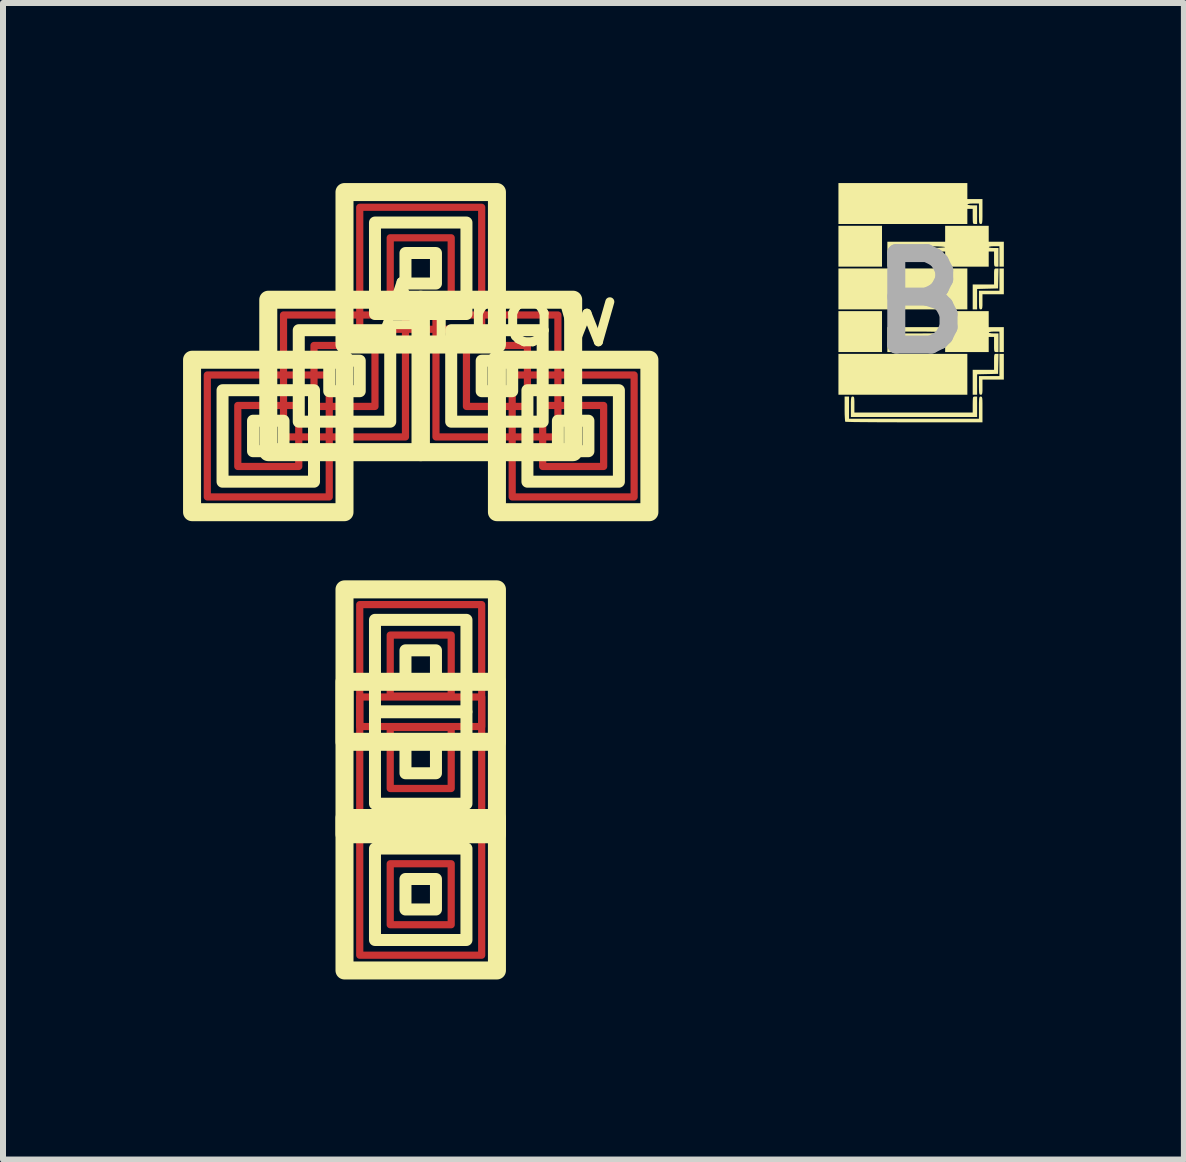
<source format=kicad_pcb>
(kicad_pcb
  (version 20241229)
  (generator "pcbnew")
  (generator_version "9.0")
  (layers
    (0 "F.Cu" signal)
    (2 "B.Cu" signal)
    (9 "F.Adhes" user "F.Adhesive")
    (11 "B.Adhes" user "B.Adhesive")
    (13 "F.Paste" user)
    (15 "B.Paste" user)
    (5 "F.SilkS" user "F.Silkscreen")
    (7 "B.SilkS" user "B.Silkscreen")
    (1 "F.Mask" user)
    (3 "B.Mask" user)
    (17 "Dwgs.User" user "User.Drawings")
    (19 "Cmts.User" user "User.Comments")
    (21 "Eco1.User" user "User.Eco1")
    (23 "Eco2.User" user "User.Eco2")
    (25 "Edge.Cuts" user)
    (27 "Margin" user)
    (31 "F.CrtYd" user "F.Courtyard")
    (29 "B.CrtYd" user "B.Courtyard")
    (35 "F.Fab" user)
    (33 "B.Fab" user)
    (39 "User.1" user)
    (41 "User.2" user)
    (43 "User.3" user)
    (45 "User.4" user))
  (footprint "Arrow"
    (layer "F.Cu")
    (at 5.23 2.69)
    (property "Reference" "Arrow" (at 0 -0.5 0) (unlocked yes) (layer "F.SilkS") (effects (font (size 1 1) (thickness 0.15))))
    (fp_rect (start -4.826 0.508) (end -2.794 2.54) (stroke (width 0.12) (type solid)) (fill no) (layer "F.Cu"))
    (fp_rect (start -4.318 1.016) (end -3.302 2.032) (stroke (width 0.12) (type solid)) (fill no) (layer "F.Cu"))
    (fp_rect (start -3.556 -0.492) (end -1.524 1.54) (stroke (width 0.12) (type solid)) (fill no) (layer "F.Cu"))
    (fp_rect (start -3.048 0.016) (end -2.032 1.032) (stroke (width 0.12) (type solid)) (fill no) (layer "F.Cu"))
    (fp_rect (start -2.286 -2.286) (end -0.254 -0.254) (stroke (width 0.12) (type solid)) (fill no) (layer "F.Cu"))
    (fp_rect (start -2.286 4.334) (end -0.254 6.366) (stroke (width 0.12) (type solid)) (fill no) (layer "F.Cu"))
    (fp_rect (start -2.286 5.874) (end -0.254 7.906) (stroke (width 0.12) (type solid)) (fill no) (layer "F.Cu"))
    (fp_rect (start -2.286 8.144) (end -0.254 10.176) (stroke (width 0.12) (type solid)) (fill no) (layer "F.Cu"))
    (fp_rect (start -1.778 -1.778) (end -0.762 -0.762) (stroke (width 0.12) (type solid)) (fill no) (layer "F.Cu"))
    (fp_rect (start -1.778 4.842) (end -0.762 5.858) (stroke (width 0.12) (type solid)) (fill no) (layer "F.Cu"))
    (fp_rect (start -1.778 6.382) (end -0.762 7.398) (stroke (width 0.12) (type solid)) (fill no) (layer "F.Cu"))
    (fp_rect (start -1.778 8.652) (end -0.762 9.668) (stroke (width 0.12) (type solid)) (fill no) (layer "F.Cu"))
    (fp_rect (start -1.016 -0.492) (end 1.016 1.54) (stroke (width 0.12) (type solid)) (fill no) (layer "F.Cu"))
    (fp_rect (start -0.508 0.016) (end 0.508 1.032) (stroke (width 0.12) (type solid)) (fill no) (layer "F.Cu"))
    (fp_rect (start 0.254 0.508) (end 2.286 2.54) (stroke (width 0.12) (type solid)) (fill no) (layer "F.Cu"))
    (fp_rect (start 0.762 1.016) (end 1.778 2.032) (stroke (width 0.12) (type solid)) (fill no) (layer "F.Cu"))
    (fp_rect (start -4.826 0.508) (end -2.794 2.54) (stroke (width 0.12) (type solid)) (fill no) (layer "F.Mask"))
    (fp_rect (start -4.318 1.016) (end -3.302 2.032) (stroke (width 0.12) (type solid)) (fill no) (layer "F.Mask"))
    (fp_rect (start -3.556 -0.492) (end -1.524 1.54) (stroke (width 0.12) (type solid)) (fill no) (layer "F.Mask"))
    (fp_rect (start -3.048 0.016) (end -2.032 1.032) (stroke (width 0.12) (type solid)) (fill no) (layer "F.Mask"))
    (fp_rect (start -2.286 -2.286) (end -0.254 -0.254) (stroke (width 0.12) (type solid)) (fill no) (layer "F.Mask"))
    (fp_rect (start -2.286 4.334) (end -0.254 6.366) (stroke (width 0.12) (type solid)) (fill no) (layer "F.Mask"))
    (fp_rect (start -2.286 5.874) (end -0.254 7.906) (stroke (width 0.12) (type solid)) (fill no) (layer "F.Mask"))
    (fp_rect (start -2.286 8.144) (end -0.254 10.176) (stroke (width 0.12) (type solid)) (fill no) (layer "F.Mask"))
    (fp_rect (start -1.778 -1.778) (end -0.762 -0.762) (stroke (width 0.12) (type solid)) (fill no) (layer "F.Mask"))
    (fp_rect (start -1.778 4.842) (end -0.762 5.858) (stroke (width 0.12) (type solid)) (fill no) (layer "F.Mask"))
    (fp_rect (start -1.778 6.382) (end -0.762 7.398) (stroke (width 0.12) (type solid)) (fill no) (layer "F.Mask"))
    (fp_rect (start -1.778 8.652) (end -0.762 9.668) (stroke (width 0.12) (type solid)) (fill no) (layer "F.Mask"))
    (fp_rect (start -1.016 -0.492) (end 1.016 1.54) (stroke (width 0.12) (type solid)) (fill no) (layer "F.Mask"))
    (fp_rect (start -0.508 0.016) (end 0.508 1.032) (stroke (width 0.12) (type solid)) (fill no) (layer "F.Mask"))
    (fp_rect (start 0.254 0.508) (end 2.286 2.54) (stroke (width 0.12) (type solid)) (fill no) (layer "F.Mask"))
    (fp_rect (start 0.762 1.016) (end 1.778 2.032) (stroke (width 0.12) (type solid)) (fill no) (layer "F.Mask"))
    (fp_rect (start -4.572 0.762) (end -3.048 2.286) (stroke (width 0.2) (type solid)) (fill no) (layer "F.SilkS"))
    (fp_rect (start -4.064 1.27) (end -3.556 1.778) (stroke (width 0.2) (type solid)) (fill no) (layer "F.SilkS"))
    (fp_rect (start -3.302 -0.238) (end -1.778 1.286) (stroke (width 0.2) (type solid)) (fill no) (layer "F.SilkS"))
    (fp_rect (start -2.794 0.27) (end -2.286 0.778) (stroke (width 0.2) (type solid)) (fill no) (layer "F.SilkS"))
    (fp_rect (start -2.54 2.794) (end -5.08 0.254) (stroke (width 0.3) (type solid)) (fill no) (layer "F.SilkS"))
    (fp_rect (start -2.032 -2.032) (end -0.508 -0.508) (stroke (width 0.2) (type solid)) (fill no) (layer "F.SilkS"))
    (fp_rect (start -2.032 4.588) (end -0.508 6.112) (stroke (width 0.2) (type solid)) (fill no) (layer "F.SilkS"))
    (fp_rect (start -2.032 6.128) (end -0.508 7.652) (stroke (width 0.2) (type solid)) (fill no) (layer "F.SilkS"))
    (fp_rect (start -2.032 8.398) (end -0.508 9.922) (stroke (width 0.2) (type solid)) (fill no) (layer "F.SilkS"))
    (fp_rect (start -1.524 -1.524) (end -1.016 -1.016) (stroke (width 0.2) (type solid)) (fill no) (layer "F.SilkS"))
    (fp_rect (start -1.524 5.096) (end -1.016 5.604) (stroke (width 0.2) (type solid)) (fill no) (layer "F.SilkS"))
    (fp_rect (start -1.524 6.636) (end -1.016 7.144) (stroke (width 0.2) (type solid)) (fill no) (layer "F.SilkS"))
    (fp_rect (start -1.524 8.906) (end -1.016 9.414) (stroke (width 0.2) (type solid)) (fill no) (layer "F.SilkS"))
    (fp_rect (start -1.27 1.794) (end -3.81 -0.746) (stroke (width 0.3) (type solid)) (fill no) (layer "F.SilkS"))
    (fp_rect (start -0.762 -0.238) (end 0.762 1.286) (stroke (width 0.2) (type solid)) (fill no) (layer "F.SilkS"))
    (fp_rect (start -0.254 0.27) (end 0.254 0.778) (stroke (width 0.2) (type solid)) (fill no) (layer "F.SilkS"))
    (fp_rect (start 0 0) (end -2.54 -2.54) (stroke (width 0.3) (type solid)) (fill no) (layer "F.SilkS"))
    (fp_rect (start 0 6.62) (end -2.54 4.08) (stroke (width 0.3) (type solid)) (fill no) (layer "F.SilkS"))
    (fp_rect (start 0 8.16) (end -2.54 5.62) (stroke (width 0.3) (type solid)) (fill no) (layer "F.SilkS"))
    (fp_rect (start 0 10.43) (end -2.54 7.89) (stroke (width 0.3) (type solid)) (fill no) (layer "F.SilkS"))
    (fp_rect (start 0.508 0.762) (end 2.032 2.286) (stroke (width 0.2) (type solid)) (fill no) (layer "F.SilkS"))
    (fp_rect (start 1.016 1.27) (end 1.524 1.778) (stroke (width 0.2) (type solid)) (fill no) (layer "F.SilkS"))
    (fp_rect (start 1.27 1.794) (end -1.27 -0.746) (stroke (width 0.3) (type solid)) (fill no) (layer "F.SilkS"))
    (fp_rect (start 2.54 2.794) (end 0 0.254) (stroke (width 0.3) (type solid)) (fill no) (layer "F.SilkS")))
  (footprint "B"
    (layer "F.Cu")
    (at 12.283 2.001)
    (property "Reference" "B" (at 0 0 0) (layer "F.Fab") (effects (font (size 1.524 1.524) (thickness 0.3))))
    (attr board_only exclude_from_pos_files exclude_from_bom)
    (fp_poly (pts (xy -0.637 -0.608) (xy -1.363 -0.608) (xy -1.363 -1.289) (xy -0.637 -1.289)) (stroke (width 0) (type solid)) (fill yes) (layer "F.SilkS"))
    (fp_poly (pts (xy -0.637 0.815) (xy -1.363 0.815) (xy -1.363 0.133) (xy -0.637 0.133)) (stroke (width 0) (type solid)) (fill yes) (layer "F.SilkS"))
    (fp_poly (pts (xy 0.785 0.104) (xy -1.363 0.104) (xy -1.363 -0.578) (xy 0.785 -0.578)) (stroke (width 0) (type solid)) (fill yes) (layer "F.SilkS"))
    (fp_poly (pts (xy 0.785 1.526) (xy -1.363 1.526) (xy -1.363 0.845) (xy 0.785 0.845)) (stroke (width 0) (type solid)) (fill yes) (layer "F.SilkS"))
    (fp_poly (pts (xy 1.297 -0.245) (xy 0.948 -0.236) (xy 0.948 0.104) (xy 0.874 0.104) (xy 0.874 -0.311) (xy 1.23 -0.311) (xy 1.23 -0.445) (xy 1.23 -0.508) (xy 1.232 -0.547) (xy 1.237 -0.568) (xy 1.247 -0.576) (xy 1.264 -0.578) (xy 1.268 -0.578) (xy 1.305 -0.578)) (stroke (width 0) (type solid)) (fill yes) (layer "F.SilkS"))
    (fp_poly (pts (xy 1.297 1.178) (xy 0.948 1.186) (xy 0.948 1.526) (xy 0.874 1.526) (xy 0.874 1.111) (xy 1.23 1.111) (xy 1.23 0.978) (xy 1.23 0.915) (xy 1.232 0.876) (xy 1.237 0.855) (xy 1.247 0.846) (xy 1.264 0.845) (xy 1.268 0.845) (xy 1.305 0.845)) (stroke (width 0) (type solid)) (fill yes) (layer "F.SilkS"))
    (fp_poly (pts (xy 1.393 -0.148) (xy 1.037 -0.148) (xy 1.037 -0.022) (xy 1.037 0.039) (xy 1.034 0.076) (xy 1.028 0.096) (xy 1.018 0.103) (xy 1.008 0.104) (xy 0.994 0.102) (xy 0.986 0.092) (xy 0.981 0.07) (xy 0.979 0.031) (xy 0.978 -0.032) (xy 0.978 -0.052) (xy 0.978 -0.207) (xy 1.319 -0.207) (xy 1.319 -0.578) (xy 1.393 -0.578)) (stroke (width 0) (type solid)) (fill yes) (layer "F.SilkS"))
    (fp_poly (pts (xy 1.393 1.274) (xy 1.037 1.274) (xy 1.037 1.4) (xy 1.037 1.462) (xy 1.034 1.499) (xy 1.028 1.518) (xy 1.018 1.526) (xy 1.008 1.526) (xy 0.994 1.524) (xy 0.986 1.515) (xy 0.981 1.493) (xy 0.979 1.453) (xy 0.978 1.39) (xy 0.978 1.371) (xy 0.978 1.215) (xy 1.319 1.215) (xy 1.319 0.845) (xy 1.393 0.845)) (stroke (width 0) (type solid)) (fill yes) (layer "F.SilkS"))
    (fp_poly (pts (xy 0.948 1.897) (xy -1.156 1.897) (xy -1.156 1.726) (xy -1.156 1.653) (xy -1.154 1.605) (xy -1.15 1.576) (xy -1.144 1.561) (xy -1.134 1.556) (xy -1.126 1.556) (xy -1.112 1.558) (xy -1.103 1.569) (xy -1.099 1.593) (xy -1.097 1.637) (xy -1.097 1.689) (xy -1.097 1.823) (xy 0.874 1.823) (xy 0.874 1.689) (xy 0.875 1.626) (xy 0.877 1.587) (xy 0.882 1.566) (xy 0.892 1.558) (xy 0.908 1.556) (xy 0.911 1.556) (xy 0.948 1.556)) (stroke (width 0) (type solid)) (fill yes) (layer "F.SilkS"))
    (fp_poly (pts (xy -1.186 1.926) (xy 0.978 1.926) (xy 0.978 1.741) (xy 0.978 1.664) (xy 0.98 1.612) (xy 0.983 1.58) (xy 0.989 1.563) (xy 0.998 1.557) (xy 1.008 1.556) (xy 1.019 1.558) (xy 1.027 1.565) (xy 1.033 1.583) (xy 1.036 1.616) (xy 1.037 1.668) (xy 1.037 1.744) (xy 1.037 1.771) (xy 1.037 1.986) (xy -0.101 1.986) (xy -0.282 1.986) (xy -0.455 1.985) (xy -0.616 1.985) (xy -0.765 1.984) (xy -0.898 1.983) (xy -1.013 1.982) (xy -1.108 1.981) (xy -1.18 1.979) (xy -1.228 1.978) (xy -1.249 1.976) (xy -1.25 1.976) (xy -1.253 1.958) (xy -1.256 1.917) (xy -1.259 1.857) (xy -1.26 1.784) (xy -1.26 1.761) (xy -1.26 1.556) (xy -1.186 1.556)) (stroke (width 0) (type solid)) (fill yes) (layer "F.SilkS"))
    (fp_poly (pts (xy 0.785 -1.734) (xy 1.037 -1.734) (xy 1.037 -1.526) (xy 1.037 -1.444) (xy 1.036 -1.387) (xy 1.033 -1.351) (xy 1.029 -1.33) (xy 1.021 -1.321) (xy 1.01 -1.319) (xy 1.008 -1.319) (xy 0.995 -1.321) (xy 0.987 -1.329) (xy 0.981 -1.35) (xy 0.979 -1.388) (xy 0.978 -1.448) (xy 0.978 -1.489) (xy 0.978 -1.66) (xy 0.882 -1.66) (xy 0.831 -1.658) (xy 0.797 -1.652) (xy 0.785 -1.645) (xy 0.799 -1.637) (xy 0.833 -1.631) (xy 0.867 -1.63) (xy 0.948 -1.63) (xy 0.948 -1.319) (xy 0.911 -1.319) (xy 0.893 -1.32) (xy 0.882 -1.327) (xy 0.877 -1.347) (xy 0.875 -1.384) (xy 0.874 -1.445) (xy 0.874 -1.571) (xy 0.785 -1.571) (xy 0.785 -1.319) (xy -1.363 -1.319) (xy -1.363 -2.001) (xy 0.785 -2.001)) (stroke (width 0) (type solid)) (fill yes) (layer "F.SilkS"))
    (fp_poly (pts (xy 1.141 -1.023) (xy 1.393 -1.023) (xy 1.393 -0.608) (xy 1.319 -0.608) (xy 1.319 -0.948) (xy 1.23 -0.948) (xy 1.183 -0.946) (xy 1.151 -0.94) (xy 1.141 -0.934) (xy 1.154 -0.925) (xy 1.189 -0.92) (xy 1.223 -0.919) (xy 1.304 -0.919) (xy 1.304 -0.608) (xy 1.267 -0.608) (xy 1.249 -0.609) (xy 1.238 -0.616) (xy 1.232 -0.636) (xy 1.23 -0.673) (xy 1.23 -0.734) (xy 1.23 -0.86) (xy 1.141 -0.86) (xy 1.141 -0.608) (xy 0.415 -0.608) (xy 0.415 -0.86) (xy -0.385 -0.86) (xy -0.385 -0.734) (xy -0.386 -0.672) (xy -0.388 -0.635) (xy -0.394 -0.616) (xy -0.405 -0.608) (xy -0.415 -0.608) (xy -0.428 -0.61) (xy -0.437 -0.619) (xy -0.442 -0.641) (xy -0.444 -0.681) (xy -0.445 -0.744) (xy -0.445 -0.763) (xy -0.445 -0.919) (xy -0.015 -0.919) (xy 0.122 -0.919) (xy 0.234 -0.921) (xy 0.32 -0.923) (xy 0.379 -0.927) (xy 0.41 -0.931) (xy 0.415 -0.934) (xy 0.4 -0.938) (xy 0.357 -0.942) (xy 0.286 -0.945) (xy 0.188 -0.947) (xy 0.065 -0.948) (xy -0.03 -0.948) (xy -0.474 -0.948) (xy -0.474 -0.608) (xy -0.548 -0.608) (xy -0.548 -1.023) (xy 0.415 -1.023) (xy 0.415 -1.289) (xy 1.141 -1.289)) (stroke (width 0) (type solid)) (fill yes) (layer "F.SilkS"))
    (fp_poly (pts (xy 1.141 0.4) (xy 1.393 0.4) (xy 1.393 0.815) (xy 1.319 0.815) (xy 1.319 0.474) (xy 1.23 0.474) (xy 1.183 0.476) (xy 1.151 0.482) (xy 1.141 0.489) (xy 1.154 0.497) (xy 1.189 0.503) (xy 1.223 0.504) (xy 1.304 0.504) (xy 1.304 0.815) (xy 1.267 0.815) (xy 1.249 0.814) (xy 1.238 0.807) (xy 1.232 0.787) (xy 1.23 0.75) (xy 1.23 0.689) (xy 1.23 0.563) (xy 1.141 0.563) (xy 1.141 0.815) (xy 0.415 0.815) (xy 0.415 0.563) (xy -0.385 0.563) (xy -0.385 0.689) (xy -0.386 0.75) (xy -0.388 0.788) (xy -0.394 0.807) (xy -0.405 0.814) (xy -0.415 0.815) (xy -0.428 0.813) (xy -0.437 0.804) (xy -0.442 0.782) (xy -0.444 0.742) (xy -0.445 0.679) (xy -0.445 0.659) (xy -0.445 0.504) (xy -0.015 0.504) (xy 0.122 0.503) (xy 0.234 0.502) (xy 0.32 0.499) (xy 0.379 0.496) (xy 0.41 0.492) (xy 0.415 0.489) (xy 0.4 0.484) (xy 0.357 0.481) (xy 0.286 0.478) (xy 0.188 0.476) (xy 0.065 0.474) (xy -0.03 0.474) (xy -0.474 0.474) (xy -0.474 0.815) (xy -0.548 0.815) (xy -0.548 0.4) (xy 0.415 0.4) (xy 0.415 0.133) (xy 1.141 0.133)) (stroke (width 0) (type solid)) (fill yes) (layer "F.SilkS")))
  (gr_rect
    (start -3 -3)
    (end 16.676 16.27)
    (stroke (width 0.1) (type default))
    (fill no)
    (layer "Edge.Cuts")))
</source>
